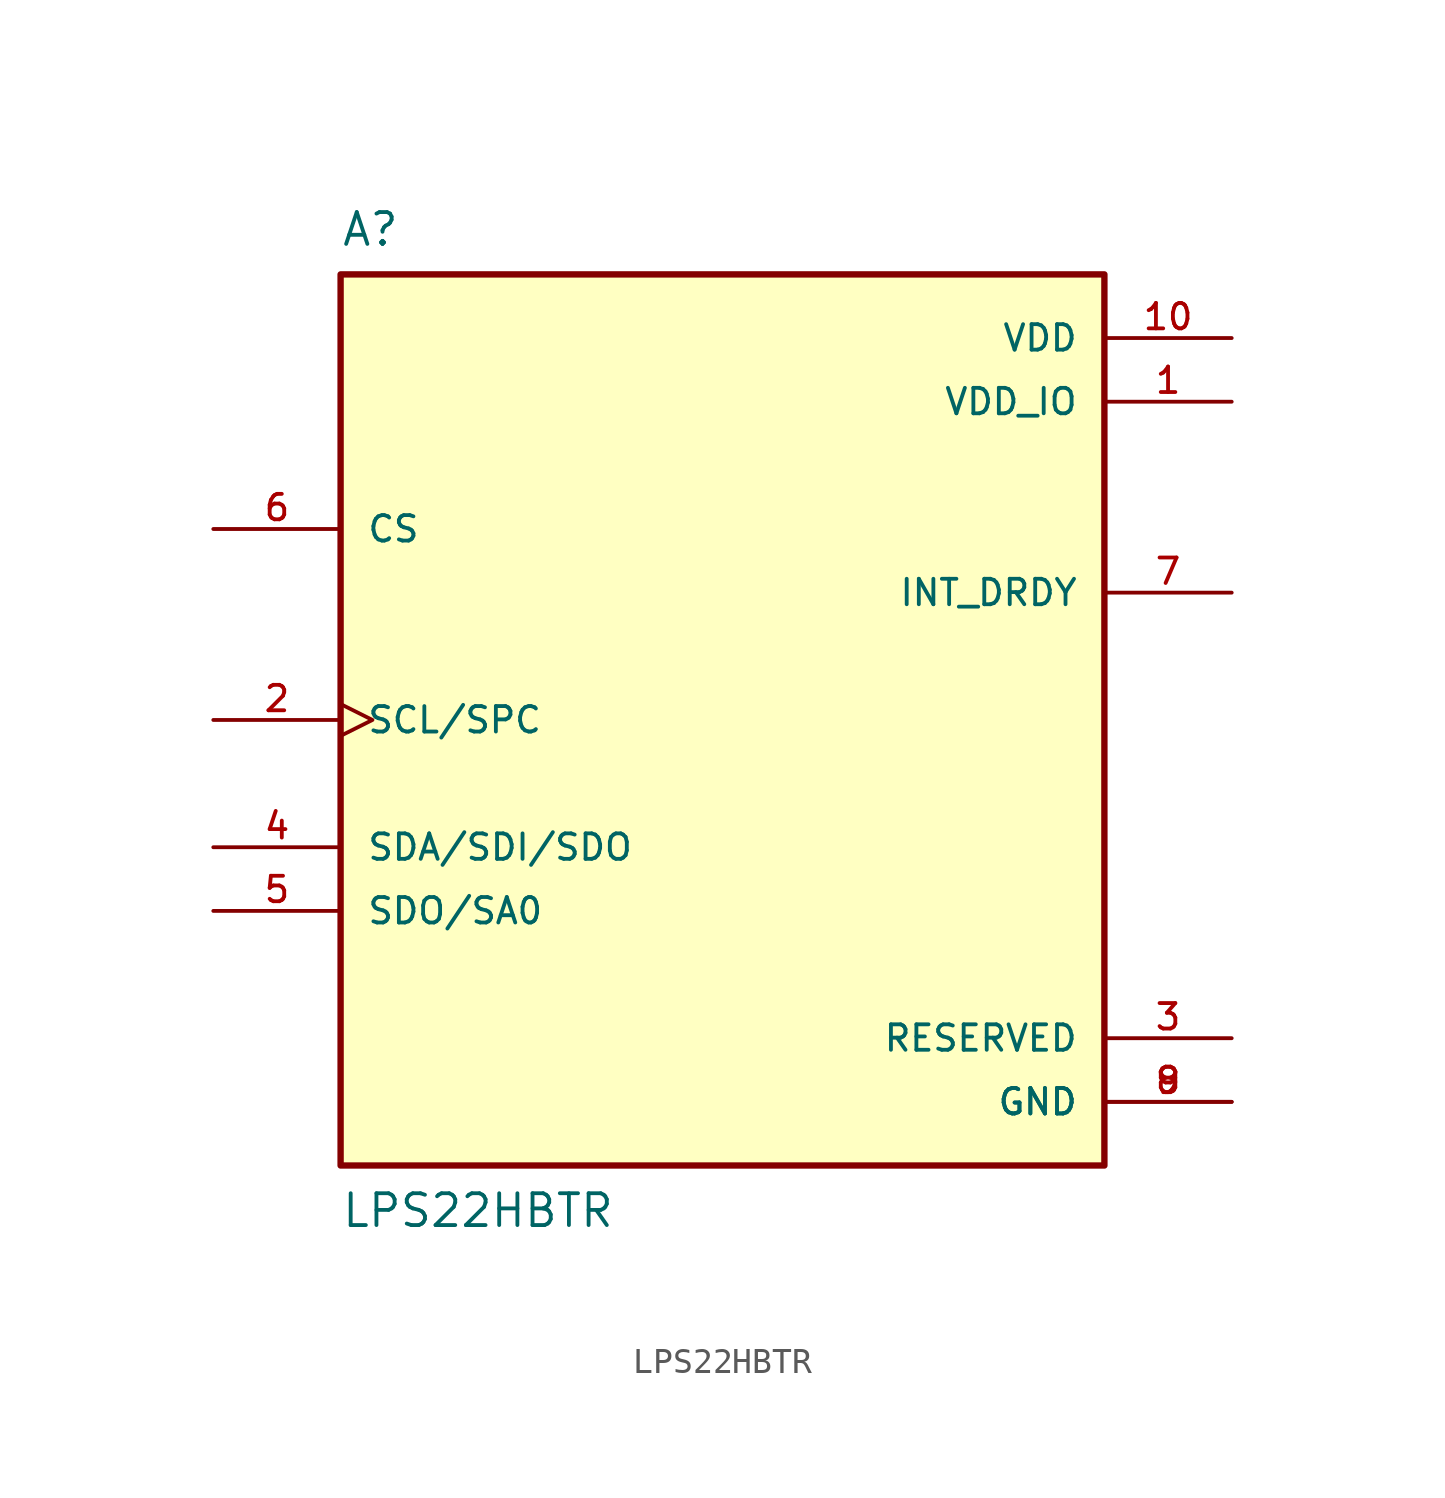
<source format=kicad_sym>
(kicad_symbol_lib
  (version 20211014)
  (generator kicad_symbol_editor)
  (symbol "LPS22HBTR"
    (pin_names
      (offset 1.016))
    (property "Reference" "A"
      (at -15.24 20.32 0)
      (effects (font (size 1.27 1.27)) (justify top left)))
    (property "Value" "LPS22HBTR"
      (at -15.24 -20.32 0)
      (effects (font (size 1.27 1.27)) (justify bottom left)))
    (symbol "LPS22HBTR_0_0"
      (rectangle (start -15.24 -17.78) (end 15.24 17.78) (stroke (width 0.254)) (fill (type background)))
      (pin power_in line (at 20.32 12.7 180.0) (length 5.08) (name "VDD_IO" (effects (font (size 1.016 1.016)))) (number "1" (effects (font (size 1.016 1.016)))))
      (pin power_in line (at 20.32 15.24 180.0) (length 5.08) (name "VDD" (effects (font (size 1.016 1.016)))) (number "10" (effects (font (size 1.016 1.016)))))
      (pin input clock (at -20.32 0.0 0) (length 5.08) (name "SCL/SPC" (effects (font (size 1.016 1.016)))) (number "2" (effects (font (size 1.016 1.016)))))
      (pin bidirectional line (at -20.32 -5.08 0) (length 5.08) (name "SDA/SDI/SDO" (effects (font (size 1.016 1.016)))) (number "4" (effects (font (size 1.016 1.016)))))
      (pin bidirectional line (at -20.32 -7.62 0) (length 5.08) (name "SDO/SA0" (effects (font (size 1.016 1.016)))) (number "5" (effects (font (size 1.016 1.016)))))
      (pin output line (at 20.32 5.08 180.0) (length 5.08) (name "INT_DRDY" (effects (font (size 1.016 1.016)))) (number "7" (effects (font (size 1.016 1.016)))))
      (pin input line (at -20.32 7.62 0) (length 5.08) (name "CS" (effects (font (size 1.016 1.016)))) (number "6" (effects (font (size 1.016 1.016)))))
      (pin passive line (at 20.32 -12.7 180.0) (length 5.08) (name "RESERVED" (effects (font (size 1.016 1.016)))) (number "3" (effects (font (size 1.016 1.016)))))
      (pin power_in line (at 20.32 -15.24 180.0) (length 5.08) (name "GND" (effects (font (size 1.016 1.016)))) (number "8" (effects (font (size 1.016 1.016)))))
      (pin power_in line (at 20.32 -15.24 180.0) (length 5.08) (name "GND" (effects (font (size 1.016 1.016)))) (number "9" (effects (font (size 1.016 1.016))))))))
</source>
